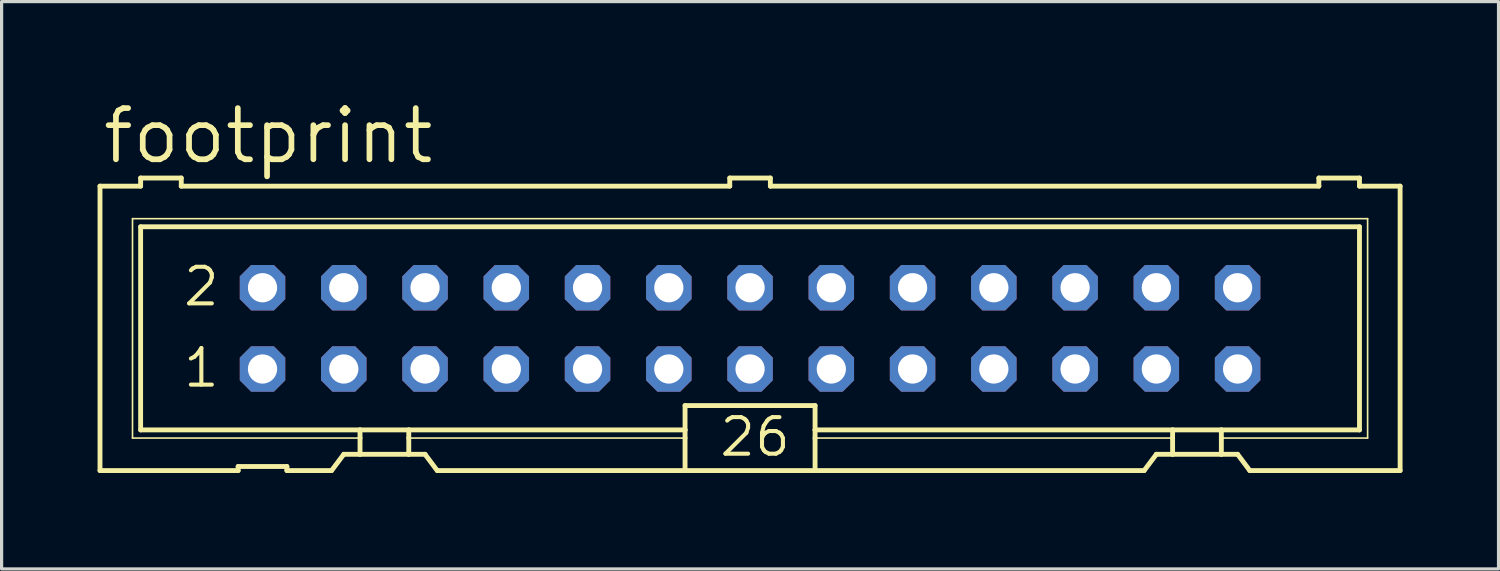
<source format=kicad_pcb>
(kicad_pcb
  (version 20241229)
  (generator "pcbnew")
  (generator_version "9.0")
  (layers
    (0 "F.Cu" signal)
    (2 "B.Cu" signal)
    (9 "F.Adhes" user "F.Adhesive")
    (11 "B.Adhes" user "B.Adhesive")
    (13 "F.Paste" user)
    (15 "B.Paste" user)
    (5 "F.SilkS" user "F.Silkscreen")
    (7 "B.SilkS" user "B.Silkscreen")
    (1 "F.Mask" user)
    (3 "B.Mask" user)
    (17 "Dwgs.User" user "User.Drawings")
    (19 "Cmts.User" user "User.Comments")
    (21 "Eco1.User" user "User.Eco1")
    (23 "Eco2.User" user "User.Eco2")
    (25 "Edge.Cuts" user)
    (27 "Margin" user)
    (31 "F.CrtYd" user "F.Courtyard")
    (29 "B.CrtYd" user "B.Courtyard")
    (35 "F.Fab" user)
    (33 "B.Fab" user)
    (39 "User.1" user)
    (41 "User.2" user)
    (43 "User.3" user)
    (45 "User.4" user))
  (footprint "footprint"
    (layer "F.Cu")
    (at 20.396 7.214)
    (property "Reference" "footprint" (at -20.32 -5.08 0) (layer "F.SilkS") (effects (font (size 1.6 1.6) (thickness 0.178)) (justify left bottom)))
    (fp_line (start -20.32 -4.445) (end -20.32 4.445) (stroke (width 0.152) (type solid)) (layer "F.SilkS"))
    (fp_line (start -20.32 -4.445) (end -19.05 -4.445) (stroke (width 0.152) (type solid)) (layer "F.SilkS"))
    (fp_line (start -20.32 4.445) (end -16.002 4.445) (stroke (width 0.152) (type solid)) (layer "F.SilkS"))
    (fp_line (start -19.304 -3.429) (end -19.304 3.429) (stroke (width 0.051) (type solid)) (layer "F.SilkS"))
    (fp_line (start -19.304 3.429) (end -12.192 3.429) (stroke (width 0.051) (type solid)) (layer "F.SilkS"))
    (fp_line (start -19.05 -4.699) (end -19.05 -4.445) (stroke (width 0.152) (type solid)) (layer "F.SilkS"))
    (fp_line (start -19.05 -3.175) (end -19.05 3.175) (stroke (width 0.152) (type solid)) (layer "F.SilkS"))
    (fp_line (start -19.05 -3.175) (end 19.05 -3.175) (stroke (width 0.152) (type solid)) (layer "F.SilkS"))
    (fp_line (start -17.78 -4.699) (end -19.05 -4.699) (stroke (width 0.152) (type solid)) (layer "F.SilkS"))
    (fp_line (start -17.78 -4.699) (end -17.78 -4.445) (stroke (width 0.152) (type solid)) (layer "F.SilkS"))
    (fp_line (start -17.78 -4.445) (end -0.635 -4.445) (stroke (width 0.152) (type solid)) (layer "F.SilkS"))
    (fp_line (start -16.002 4.318) (end -16.002 4.445) (stroke (width 0.152) (type solid)) (layer "F.SilkS"))
    (fp_line (start -16.002 4.318) (end -14.478 4.318) (stroke (width 0.152) (type solid)) (layer "F.SilkS"))
    (fp_line (start -14.478 4.445) (end -14.478 4.318) (stroke (width 0.152) (type solid)) (layer "F.SilkS"))
    (fp_line (start -14.478 4.445) (end -13.081 4.445) (stroke (width 0.152) (type solid)) (layer "F.SilkS"))
    (fp_line (start -13.081 4.445) (end -12.7 3.937) (stroke (width 0.152) (type solid)) (layer "F.SilkS"))
    (fp_line (start -12.192 3.175) (end -19.05 3.175) (stroke (width 0.152) (type solid)) (layer "F.SilkS"))
    (fp_line (start -12.192 3.175) (end -12.192 3.429) (stroke (width 0.152) (type solid)) (layer "F.SilkS"))
    (fp_line (start -12.192 3.429) (end -12.192 3.937) (stroke (width 0.152) (type solid)) (layer "F.SilkS"))
    (fp_line (start -12.192 3.937) (end -12.7 3.937) (stroke (width 0.152) (type solid)) (layer "F.SilkS"))
    (fp_line (start -10.668 3.175) (end -12.192 3.175) (stroke (width 0.152) (type solid)) (layer "F.SilkS"))
    (fp_line (start -10.668 3.175) (end -10.668 3.429) (stroke (width 0.152) (type solid)) (layer "F.SilkS"))
    (fp_line (start -10.668 3.429) (end -10.668 3.937) (stroke (width 0.152) (type solid)) (layer "F.SilkS"))
    (fp_line (start -10.668 3.429) (end -2.032 3.429) (stroke (width 0.051) (type solid)) (layer "F.SilkS"))
    (fp_line (start -10.668 3.937) (end -12.192 3.937) (stroke (width 0.152) (type solid)) (layer "F.SilkS"))
    (fp_line (start -10.16 3.937) (end -10.668 3.937) (stroke (width 0.152) (type solid)) (layer "F.SilkS"))
    (fp_line (start -10.16 3.937) (end -9.779 4.445) (stroke (width 0.152) (type solid)) (layer "F.SilkS"))
    (fp_line (start -9.779 4.445) (end -2.032 4.445) (stroke (width 0.152) (type solid)) (layer "F.SilkS"))
    (fp_line (start -2.032 3.175) (end -10.668 3.175) (stroke (width 0.152) (type solid)) (layer "F.SilkS"))
    (fp_line (start -2.032 3.175) (end -2.032 2.413) (stroke (width 0.152) (type solid)) (layer "F.SilkS"))
    (fp_line (start -2.032 3.175) (end -2.032 3.429) (stroke (width 0.152) (type solid)) (layer "F.SilkS"))
    (fp_line (start -2.032 3.429) (end -2.032 4.445) (stroke (width 0.152) (type solid)) (layer "F.SilkS"))
    (fp_line (start -0.635 -4.699) (end -0.635 -4.445) (stroke (width 0.152) (type solid)) (layer "F.SilkS"))
    (fp_line (start 0.635 -4.699) (end -0.635 -4.699) (stroke (width 0.152) (type solid)) (layer "F.SilkS"))
    (fp_line (start 0.635 -4.699) (end 0.635 -4.445) (stroke (width 0.152) (type solid)) (layer "F.SilkS"))
    (fp_line (start 0.635 -4.445) (end 17.78 -4.445) (stroke (width 0.152) (type solid)) (layer "F.SilkS"))
    (fp_line (start 2.032 2.413) (end -2.032 2.413) (stroke (width 0.152) (type solid)) (layer "F.SilkS"))
    (fp_line (start 2.032 2.413) (end 2.032 3.175) (stroke (width 0.152) (type solid)) (layer "F.SilkS"))
    (fp_line (start 2.032 3.175) (end 2.032 3.429) (stroke (width 0.152) (type solid)) (layer "F.SilkS"))
    (fp_line (start 2.032 3.429) (end 2.032 4.445) (stroke (width 0.152) (type solid)) (layer "F.SilkS"))
    (fp_line (start 2.032 4.445) (end -2.032 4.445) (stroke (width 0.152) (type solid)) (layer "F.SilkS"))
    (fp_line (start 12.319 4.445) (end 2.032 4.445) (stroke (width 0.152) (type solid)) (layer "F.SilkS"))
    (fp_line (start 12.319 4.445) (end 12.7 3.937) (stroke (width 0.152) (type solid)) (layer "F.SilkS"))
    (fp_line (start 13.208 3.175) (end 2.032 3.175) (stroke (width 0.152) (type solid)) (layer "F.SilkS"))
    (fp_line (start 13.208 3.175) (end 13.208 3.429) (stroke (width 0.152) (type solid)) (layer "F.SilkS"))
    (fp_line (start 13.208 3.429) (end 2.032 3.429) (stroke (width 0.051) (type solid)) (layer "F.SilkS"))
    (fp_line (start 13.208 3.429) (end 13.208 3.937) (stroke (width 0.152) (type solid)) (layer "F.SilkS"))
    (fp_line (start 13.208 3.937) (end 12.7 3.937) (stroke (width 0.152) (type solid)) (layer "F.SilkS"))
    (fp_line (start 14.732 3.175) (end 13.208 3.175) (stroke (width 0.152) (type solid)) (layer "F.SilkS"))
    (fp_line (start 14.732 3.175) (end 14.732 3.429) (stroke (width 0.152) (type solid)) (layer "F.SilkS"))
    (fp_line (start 14.732 3.429) (end 14.732 3.937) (stroke (width 0.152) (type solid)) (layer "F.SilkS"))
    (fp_line (start 14.732 3.429) (end 19.304 3.429) (stroke (width 0.051) (type solid)) (layer "F.SilkS"))
    (fp_line (start 14.732 3.937) (end 13.208 3.937) (stroke (width 0.152) (type solid)) (layer "F.SilkS"))
    (fp_line (start 15.24 3.937) (end 14.732 3.937) (stroke (width 0.152) (type solid)) (layer "F.SilkS"))
    (fp_line (start 15.24 3.937) (end 15.621 4.445) (stroke (width 0.152) (type solid)) (layer "F.SilkS"))
    (fp_line (start 17.78 -4.445) (end 17.78 -4.699) (stroke (width 0.152) (type solid)) (layer "F.SilkS"))
    (fp_line (start 19.05 -4.699) (end 17.78 -4.699) (stroke (width 0.152) (type solid)) (layer "F.SilkS"))
    (fp_line (start 19.05 -4.445) (end 19.05 -4.699) (stroke (width 0.152) (type solid)) (layer "F.SilkS"))
    (fp_line (start 19.05 -4.445) (end 20.32 -4.445) (stroke (width 0.152) (type solid)) (layer "F.SilkS"))
    (fp_line (start 19.05 3.175) (end 14.732 3.175) (stroke (width 0.152) (type solid)) (layer "F.SilkS"))
    (fp_line (start 19.05 3.175) (end 19.05 -3.175) (stroke (width 0.152) (type solid)) (layer "F.SilkS"))
    (fp_line (start 19.304 -3.429) (end -19.304 -3.429) (stroke (width 0.051) (type solid)) (layer "F.SilkS"))
    (fp_line (start 19.304 3.429) (end 19.304 -3.429) (stroke (width 0.051) (type solid)) (layer "F.SilkS"))
    (fp_line (start 20.32 4.445) (end 15.621 4.445) (stroke (width 0.152) (type solid)) (layer "F.SilkS"))
    (fp_line (start 20.32 4.445) (end 20.32 -4.445) (stroke (width 0.152) (type solid)) (layer "F.SilkS"))
    (fp_poly (pts (xy -15.494 -1.016) (xy -14.986 -1.016) (xy -14.986 -1.524) (xy -15.494 -1.524)) (stroke (width 0.1) (type solid)) (fill no) (layer "F.Fab"))
    (fp_poly (pts (xy -15.494 1.524) (xy -14.986 1.524) (xy -14.986 1.016) (xy -15.494 1.016)) (stroke (width 0.1) (type solid)) (fill no) (layer "F.Fab"))
    (fp_poly (pts (xy -12.954 -1.016) (xy -12.446 -1.016) (xy -12.446 -1.524) (xy -12.954 -1.524)) (stroke (width 0.1) (type solid)) (fill no) (layer "F.Fab"))
    (fp_poly (pts (xy -12.954 1.524) (xy -12.446 1.524) (xy -12.446 1.016) (xy -12.954 1.016)) (stroke (width 0.1) (type solid)) (fill no) (layer "F.Fab"))
    (fp_poly (pts (xy -10.414 -1.016) (xy -9.906 -1.016) (xy -9.906 -1.524) (xy -10.414 -1.524)) (stroke (width 0.1) (type solid)) (fill no) (layer "F.Fab"))
    (fp_poly (pts (xy -10.414 1.524) (xy -9.906 1.524) (xy -9.906 1.016) (xy -10.414 1.016)) (stroke (width 0.1) (type solid)) (fill no) (layer "F.Fab"))
    (fp_poly (pts (xy -7.874 -1.016) (xy -7.366 -1.016) (xy -7.366 -1.524) (xy -7.874 -1.524)) (stroke (width 0.1) (type solid)) (fill no) (layer "F.Fab"))
    (fp_poly (pts (xy -7.874 1.524) (xy -7.366 1.524) (xy -7.366 1.016) (xy -7.874 1.016)) (stroke (width 0.1) (type solid)) (fill no) (layer "F.Fab"))
    (fp_poly (pts (xy -5.334 -1.016) (xy -4.826 -1.016) (xy -4.826 -1.524) (xy -5.334 -1.524)) (stroke (width 0.1) (type solid)) (fill no) (layer "F.Fab"))
    (fp_poly (pts (xy -5.334 1.524) (xy -4.826 1.524) (xy -4.826 1.016) (xy -5.334 1.016)) (stroke (width 0.1) (type solid)) (fill no) (layer "F.Fab"))
    (fp_poly (pts (xy -2.794 -1.016) (xy -2.286 -1.016) (xy -2.286 -1.524) (xy -2.794 -1.524)) (stroke (width 0.1) (type solid)) (fill no) (layer "F.Fab"))
    (fp_poly (pts (xy -2.794 1.524) (xy -2.286 1.524) (xy -2.286 1.016) (xy -2.794 1.016)) (stroke (width 0.1) (type solid)) (fill no) (layer "F.Fab"))
    (fp_poly (pts (xy -0.254 -1.016) (xy 0.254 -1.016) (xy 0.254 -1.524) (xy -0.254 -1.524)) (stroke (width 0.1) (type solid)) (fill no) (layer "F.Fab"))
    (fp_poly (pts (xy -0.254 1.524) (xy 0.254 1.524) (xy 0.254 1.016) (xy -0.254 1.016)) (stroke (width 0.1) (type solid)) (fill no) (layer "F.Fab"))
    (fp_poly (pts (xy 2.286 -1.016) (xy 2.794 -1.016) (xy 2.794 -1.524) (xy 2.286 -1.524)) (stroke (width 0.1) (type solid)) (fill no) (layer "F.Fab"))
    (fp_poly (pts (xy 2.286 1.524) (xy 2.794 1.524) (xy 2.794 1.016) (xy 2.286 1.016)) (stroke (width 0.1) (type solid)) (fill no) (layer "F.Fab"))
    (fp_poly (pts (xy 4.826 -1.016) (xy 5.334 -1.016) (xy 5.334 -1.524) (xy 4.826 -1.524)) (stroke (width 0.1) (type solid)) (fill no) (layer "F.Fab"))
    (fp_poly (pts (xy 4.826 1.524) (xy 5.334 1.524) (xy 5.334 1.016) (xy 4.826 1.016)) (stroke (width 0.1) (type solid)) (fill no) (layer "F.Fab"))
    (fp_poly (pts (xy 7.366 -1.016) (xy 7.874 -1.016) (xy 7.874 -1.524) (xy 7.366 -1.524)) (stroke (width 0.1) (type solid)) (fill no) (layer "F.Fab"))
    (fp_poly (pts (xy 7.366 1.524) (xy 7.874 1.524) (xy 7.874 1.016) (xy 7.366 1.016)) (stroke (width 0.1) (type solid)) (fill no) (layer "F.Fab"))
    (fp_poly (pts (xy 9.906 -1.016) (xy 10.414 -1.016) (xy 10.414 -1.524) (xy 9.906 -1.524)) (stroke (width 0.1) (type solid)) (fill no) (layer "F.Fab"))
    (fp_poly (pts (xy 9.906 1.524) (xy 10.414 1.524) (xy 10.414 1.016) (xy 9.906 1.016)) (stroke (width 0.1) (type solid)) (fill no) (layer "F.Fab"))
    (fp_poly (pts (xy 12.446 -1.016) (xy 12.954 -1.016) (xy 12.954 -1.524) (xy 12.446 -1.524)) (stroke (width 0.1) (type solid)) (fill no) (layer "F.Fab"))
    (fp_poly (pts (xy 12.446 1.524) (xy 12.954 1.524) (xy 12.954 1.016) (xy 12.446 1.016)) (stroke (width 0.1) (type solid)) (fill no) (layer "F.Fab"))
    (fp_poly (pts (xy 14.986 -1.016) (xy 15.494 -1.016) (xy 15.494 -1.524) (xy 14.986 -1.524)) (stroke (width 0.1) (type solid)) (fill no) (layer "F.Fab"))
    (fp_poly (pts (xy 14.986 1.524) (xy 15.494 1.524) (xy 15.494 1.016) (xy 14.986 1.016)) (stroke (width 0.1) (type solid)) (fill no) (layer "F.Fab"))
    (fp_text user "26" (at -1.016 4.064 0) (layer "F.SilkS") (effects (font (size 1.143 1.143) (thickness 0.127)) (justify left bottom)))
    (fp_text user "2" (at -17.78 -0.635 0) (layer "F.SilkS") (effects (font (size 1.143 1.143) (thickness 0.127)) (justify left bottom)))
    (fp_text user "1" (at -17.78 1.905 0) (layer "F.SilkS") (effects (font (size 1.143 1.143) (thickness 0.127)) (justify left bottom)))
    (pad "1" thru_hole roundrect (at -15.24 1.27) (size 1.422 1.422) (drill 0.914) (layers "*.Cu" "*.Mask") (roundrect_rratio 0.25) (chamfer_ratio 0.25) (chamfer top_left top_right bottom_left bottom_right))
    (pad "2" thru_hole roundrect (at -15.24 -1.27) (size 1.422 1.422) (drill 0.914) (layers "*.Cu" "*.Mask") (roundrect_rratio 0.25) (chamfer_ratio 0.25) (chamfer top_left top_right bottom_left bottom_right))
    (pad "3" thru_hole roundrect (at -12.7 1.27) (size 1.422 1.422) (drill 0.914) (layers "*.Cu" "*.Mask") (roundrect_rratio 0.25) (chamfer_ratio 0.25) (chamfer top_left top_right bottom_left bottom_right))
    (pad "4" thru_hole roundrect (at -12.7 -1.27) (size 1.422 1.422) (drill 0.914) (layers "*.Cu" "*.Mask") (roundrect_rratio 0.25) (chamfer_ratio 0.25) (chamfer top_left top_right bottom_left bottom_right))
    (pad "5" thru_hole roundrect (at -10.16 1.27) (size 1.422 1.422) (drill 0.914) (layers "*.Cu" "*.Mask") (roundrect_rratio 0.25) (chamfer_ratio 0.25) (chamfer top_left top_right bottom_left bottom_right))
    (pad "6" thru_hole roundrect (at -10.16 -1.27) (size 1.422 1.422) (drill 0.914) (layers "*.Cu" "*.Mask") (roundrect_rratio 0.25) (chamfer_ratio 0.25) (chamfer top_left top_right bottom_left bottom_right))
    (pad "7" thru_hole roundrect (at -7.62 1.27) (size 1.422 1.422) (drill 0.914) (layers "*.Cu" "*.Mask") (roundrect_rratio 0.25) (chamfer_ratio 0.25) (chamfer top_left top_right bottom_left bottom_right))
    (pad "8" thru_hole roundrect (at -7.62 -1.27) (size 1.422 1.422) (drill 0.914) (layers "*.Cu" "*.Mask") (roundrect_rratio 0.25) (chamfer_ratio 0.25) (chamfer top_left top_right bottom_left bottom_right))
    (pad "9" thru_hole roundrect (at -5.08 1.27) (size 1.422 1.422) (drill 0.914) (layers "*.Cu" "*.Mask") (roundrect_rratio 0.25) (chamfer_ratio 0.25) (chamfer top_left top_right bottom_left bottom_right))
    (pad "10" thru_hole roundrect (at -5.08 -1.27) (size 1.422 1.422) (drill 0.914) (layers "*.Cu" "*.Mask") (roundrect_rratio 0.25) (chamfer_ratio 0.25) (chamfer top_left top_right bottom_left bottom_right))
    (pad "11" thru_hole roundrect (at -2.54 1.27) (size 1.422 1.422) (drill 0.914) (layers "*.Cu" "*.Mask") (roundrect_rratio 0.25) (chamfer_ratio 0.25) (chamfer top_left top_right bottom_left bottom_right))
    (pad "12" thru_hole roundrect (at -2.54 -1.27) (size 1.422 1.422) (drill 0.914) (layers "*.Cu" "*.Mask") (roundrect_rratio 0.25) (chamfer_ratio 0.25) (chamfer top_left top_right bottom_left bottom_right))
    (pad "13" thru_hole roundrect (at 0 1.27) (size 1.422 1.422) (drill 0.914) (layers "*.Cu" "*.Mask") (roundrect_rratio 0.25) (chamfer_ratio 0.25) (chamfer top_left top_right bottom_left bottom_right))
    (pad "14" thru_hole roundrect (at 0 -1.27) (size 1.422 1.422) (drill 0.914) (layers "*.Cu" "*.Mask") (roundrect_rratio 0.25) (chamfer_ratio 0.25) (chamfer top_left top_right bottom_left bottom_right))
    (pad "15" thru_hole roundrect (at 2.54 1.27) (size 1.422 1.422) (drill 0.914) (layers "*.Cu" "*.Mask") (roundrect_rratio 0.25) (chamfer_ratio 0.25) (chamfer top_left top_right bottom_left bottom_right))
    (pad "16" thru_hole roundrect (at 2.54 -1.27) (size 1.422 1.422) (drill 0.914) (layers "*.Cu" "*.Mask") (roundrect_rratio 0.25) (chamfer_ratio 0.25) (chamfer top_left top_right bottom_left bottom_right))
    (pad "17" thru_hole roundrect (at 5.08 1.27) (size 1.422 1.422) (drill 0.914) (layers "*.Cu" "*.Mask") (roundrect_rratio 0.25) (chamfer_ratio 0.25) (chamfer top_left top_right bottom_left bottom_right))
    (pad "18" thru_hole roundrect (at 5.08 -1.27) (size 1.422 1.422) (drill 0.914) (layers "*.Cu" "*.Mask") (roundrect_rratio 0.25) (chamfer_ratio 0.25) (chamfer top_left top_right bottom_left bottom_right))
    (pad "19" thru_hole roundrect (at 7.62 1.27) (size 1.422 1.422) (drill 0.914) (layers "*.Cu" "*.Mask") (roundrect_rratio 0.25) (chamfer_ratio 0.25) (chamfer top_left top_right bottom_left bottom_right))
    (pad "20" thru_hole roundrect (at 7.62 -1.27) (size 1.422 1.422) (drill 0.914) (layers "*.Cu" "*.Mask") (roundrect_rratio 0.25) (chamfer_ratio 0.25) (chamfer top_left top_right bottom_left bottom_right))
    (pad "21" thru_hole roundrect (at 10.16 1.27) (size 1.422 1.422) (drill 0.914) (layers "*.Cu" "*.Mask") (roundrect_rratio 0.25) (chamfer_ratio 0.25) (chamfer top_left top_right bottom_left bottom_right))
    (pad "22" thru_hole roundrect (at 10.16 -1.27) (size 1.422 1.422) (drill 0.914) (layers "*.Cu" "*.Mask") (roundrect_rratio 0.25) (chamfer_ratio 0.25) (chamfer top_left top_right bottom_left bottom_right))
    (pad "23" thru_hole roundrect (at 12.7 1.27) (size 1.422 1.422) (drill 0.914) (layers "*.Cu" "*.Mask") (roundrect_rratio 0.25) (chamfer_ratio 0.25) (chamfer top_left top_right bottom_left bottom_right))
    (pad "24" thru_hole roundrect (at 12.7 -1.27) (size 1.422 1.422) (drill 0.914) (layers "*.Cu" "*.Mask") (roundrect_rratio 0.25) (chamfer_ratio 0.25) (chamfer top_left top_right bottom_left bottom_right))
    (pad "25" thru_hole roundrect (at 15.24 1.27) (size 1.422 1.422) (drill 0.914) (layers "*.Cu" "*.Mask") (roundrect_rratio 0.25) (chamfer_ratio 0.25) (chamfer top_left top_right bottom_left bottom_right))
    (pad "26" thru_hole roundrect (at 15.24 -1.27) (size 1.422 1.422) (drill 0.914) (layers "*.Cu" "*.Mask") (roundrect_rratio 0.25) (chamfer_ratio 0.25) (chamfer top_left top_right bottom_left bottom_right)))
  (gr_rect
    (start -3 -3)
    (end 43.792 14.735)
    (stroke (width 0.1) (type default))
    (fill no)
    (layer "Edge.Cuts")))
</source>
